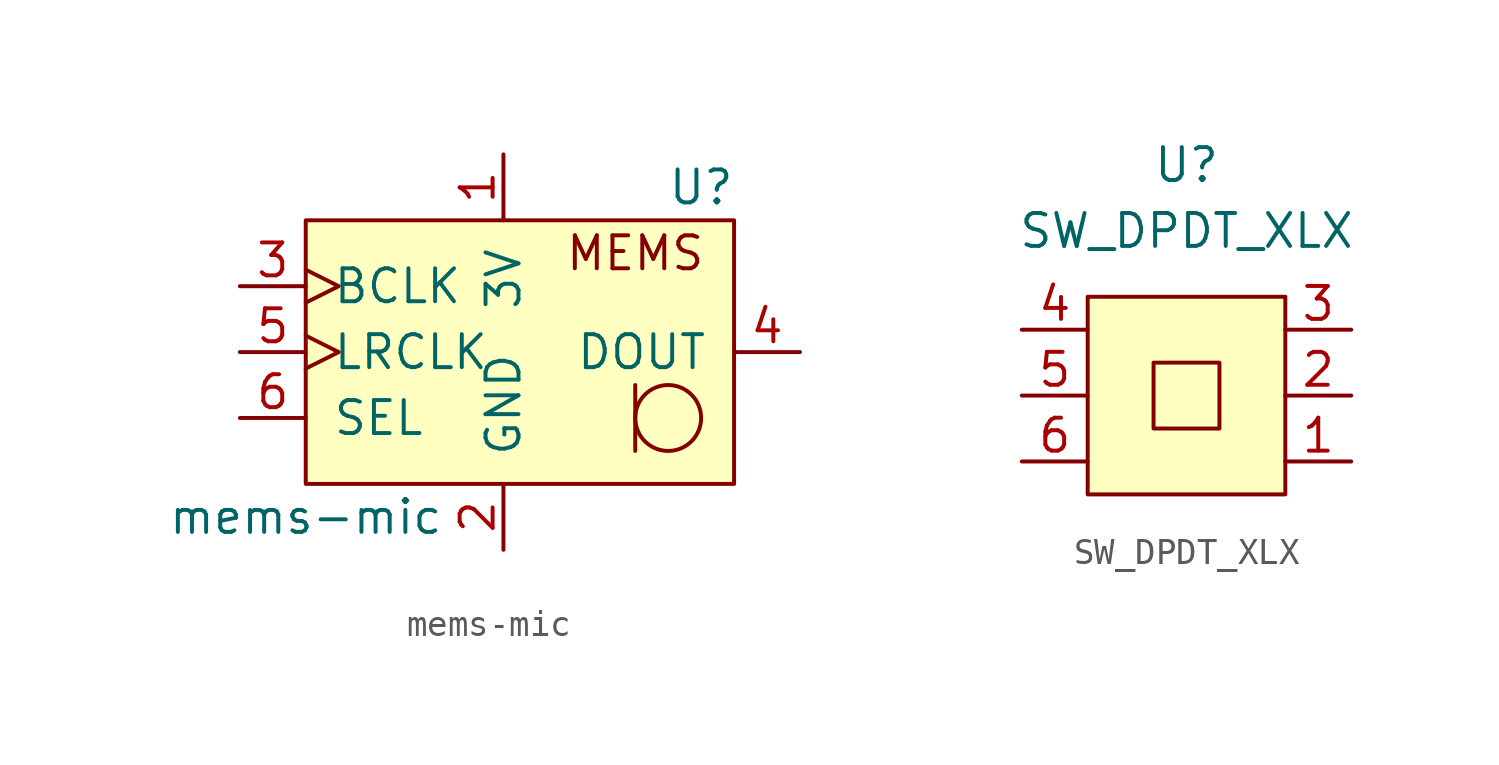
<source format=kicad_sym>
(kicad_symbol_lib
  (version 20231120)
  (generator "kicad_symbol_editor")
  (generator_version "8.0")
  (symbol "mems-mic"
    (pin_names
      (offset 1.016))
    (property "Reference" "U"
      (at 7.62 6.35 0)
      (effects (font (size 1.27 1.27))))
    (property "Value" "mems-mic"
      (at -7.62 -6.35 0)
      (effects (font (size 1.27 1.27))))
    (symbol "mems-mic_0_0"
      (text "MEMS" (at 5.08 3.81 0) (effects (font (size 1.27 1.27)))))
    (symbol "mems-mic_0_1"
      (rectangle (start -7.62 5.08) (end 8.89 -5.08) (stroke (width 0) (type default)) (fill (type background)))
      (polyline (pts (xy 5.08 -1.27) (xy 5.08 -3.81)) (stroke (width 0) (type default)) (fill (type none)))
      (circle (center 6.35 -2.54) (radius 1.27) (stroke (width 0) (type default)) (fill (type none))))
    (symbol "mems-mic_1_1"
      (pin power_in line (at 0 7.62 270) (length 2.54) (name "3V" (effects (font (size 1.27 1.27)))) (number "1" (effects (font (size 1.27 1.27)))))
      (pin power_in line (at 0 -7.62 90) (length 2.54) (name "GND" (effects (font (size 1.27 1.27)))) (number "2" (effects (font (size 1.27 1.27)))))
      (pin input clock (at -10.16 2.54 0) (length 2.54) (name "BCLK" (effects (font (size 1.27 1.27)))) (number "3" (effects (font (size 1.27 1.27)))))
      (pin passive line (at 11.43 0 180) (length 2.54) (name "DOUT" (effects (font (size 1.27 1.27)))) (number "4" (effects (font (size 1.27 1.27)))))
      (pin input clock (at -10.16 0 0) (length 2.54) (name "LRCLK" (effects (font (size 1.27 1.27)))) (number "5" (effects (font (size 1.27 1.27)))))
      (pin input line (at -10.16 -2.54 0) (length 2.54) (name "SEL" (effects (font (size 1.27 1.27)))) (number "6" (effects (font (size 1.27 1.27)))))))
  (symbol "SW_DPDT_XLX"
    (pin_names
      (offset 1.016))
    (property "Reference" "U"
      (at 0 5.08 0)
      (effects (font (size 1.27 1.27))))
    (property "Value" "SW_DPDT_XLX"
      (at 0 2.54 0)
      (effects (font (size 1.27 1.27))))
    (symbol "SW_DPDT_XLX_0_1"
      (rectangle (start -3.81 0) (end 3.81 -7.62) (stroke (width 0) (type solid)) (fill (type background)))
      (polyline (pts (xy -1.27 -2.54) (xy 1.27 -2.54) (xy 1.27 -5.08) (xy -1.27 -5.08) (xy -1.27 -2.54)) (stroke (width 0) (type solid)) (fill (type none))))
    (symbol "SW_DPDT_XLX_1_1"
      (pin input line (at 6.35 -6.35 180) (length 2.54) (name "~" (effects (font (size 1.27 1.27)))) (number "1" (effects (font (size 1.27 1.27)))))
      (pin input line (at 6.35 -3.81 180) (length 2.54) (name "~" (effects (font (size 1.27 1.27)))) (number "2" (effects (font (size 1.27 1.27)))))
      (pin input line (at 6.35 -1.27 180) (length 2.54) (name "~" (effects (font (size 1.27 1.27)))) (number "3" (effects (font (size 1.27 1.27)))))
      (pin input line (at -6.35 -1.27 0) (length 2.54) (name "~" (effects (font (size 1.27 1.27)))) (number "4" (effects (font (size 1.27 1.27)))))
      (pin input line (at -6.35 -3.81 0) (length 2.54) (name "~" (effects (font (size 1.27 1.27)))) (number "5" (effects (font (size 1.27 1.27)))))
      (pin input line (at -6.35 -6.35 0) (length 2.54) (name "~" (effects (font (size 1.27 1.27)))) (number "6" (effects (font (size 1.27 1.27))))))))
</source>
